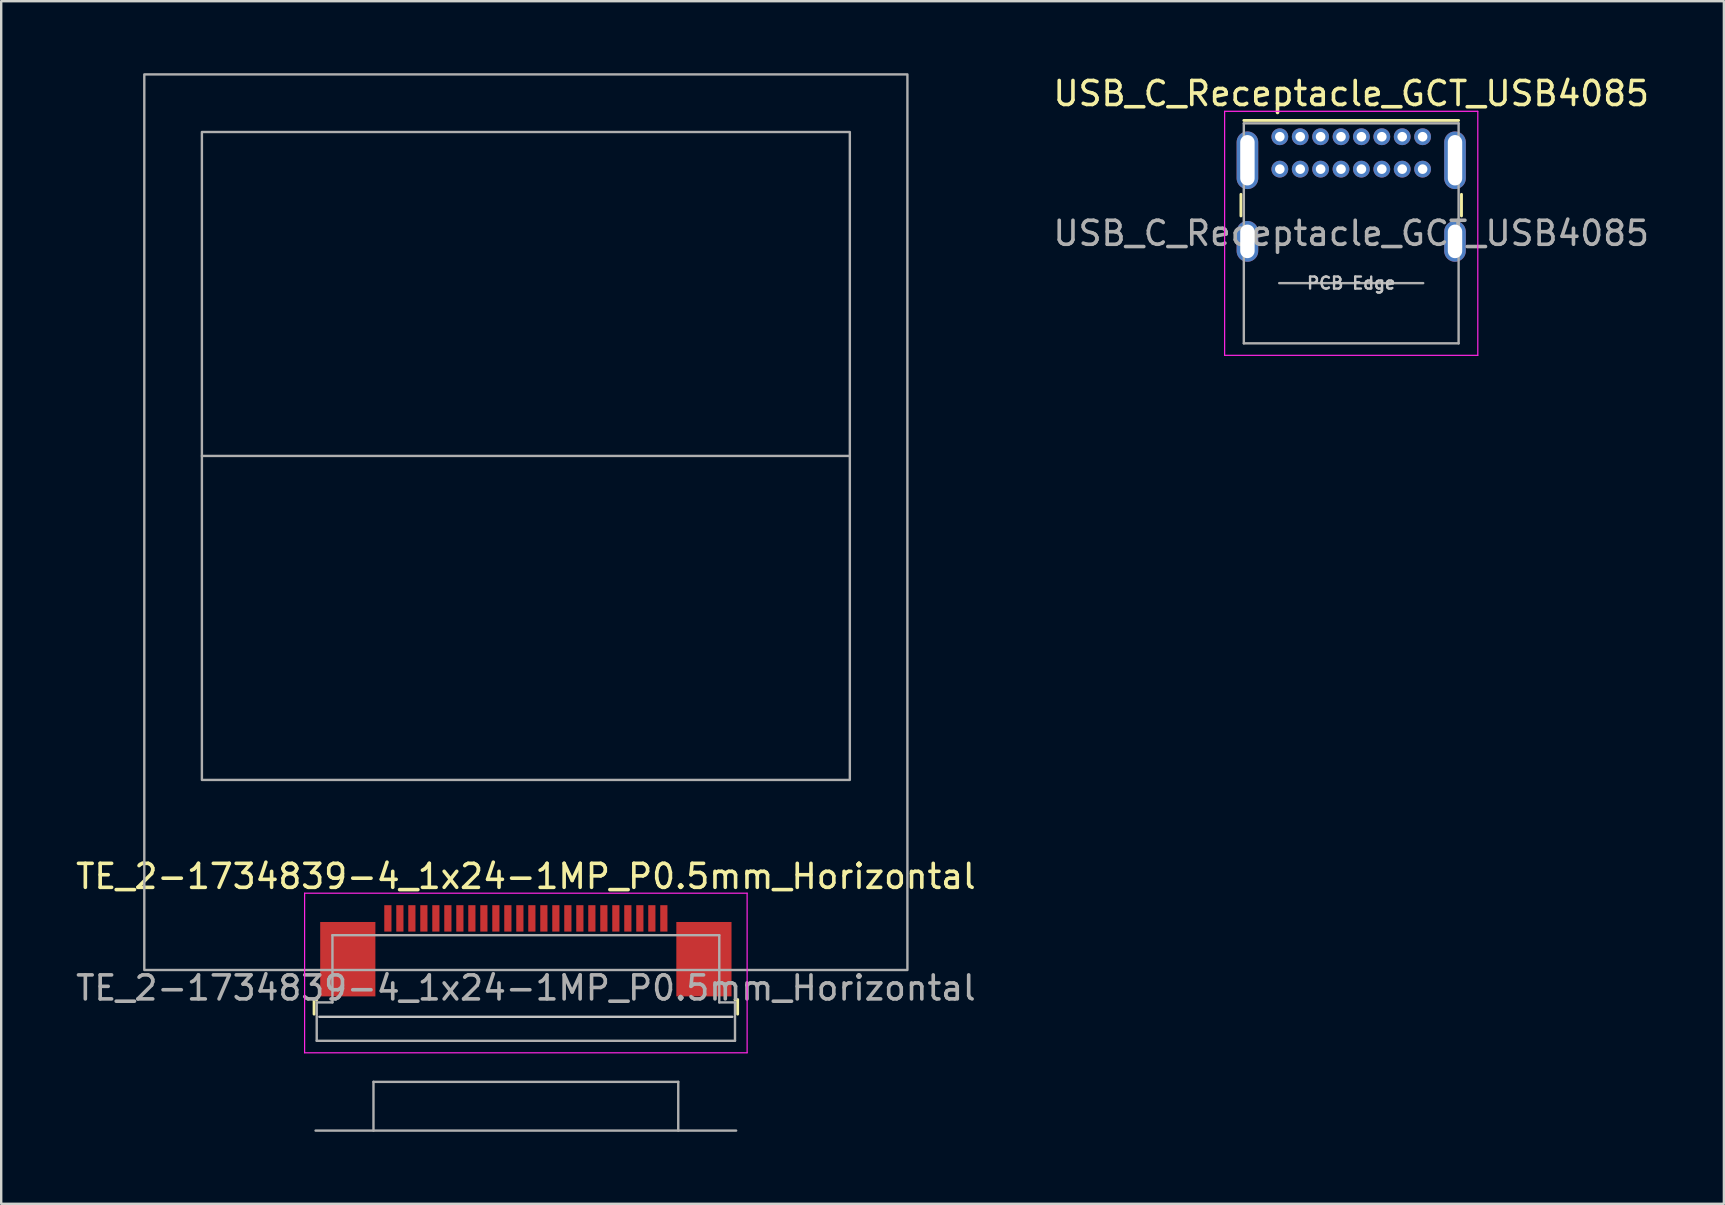
<source format=kicad_pcb>
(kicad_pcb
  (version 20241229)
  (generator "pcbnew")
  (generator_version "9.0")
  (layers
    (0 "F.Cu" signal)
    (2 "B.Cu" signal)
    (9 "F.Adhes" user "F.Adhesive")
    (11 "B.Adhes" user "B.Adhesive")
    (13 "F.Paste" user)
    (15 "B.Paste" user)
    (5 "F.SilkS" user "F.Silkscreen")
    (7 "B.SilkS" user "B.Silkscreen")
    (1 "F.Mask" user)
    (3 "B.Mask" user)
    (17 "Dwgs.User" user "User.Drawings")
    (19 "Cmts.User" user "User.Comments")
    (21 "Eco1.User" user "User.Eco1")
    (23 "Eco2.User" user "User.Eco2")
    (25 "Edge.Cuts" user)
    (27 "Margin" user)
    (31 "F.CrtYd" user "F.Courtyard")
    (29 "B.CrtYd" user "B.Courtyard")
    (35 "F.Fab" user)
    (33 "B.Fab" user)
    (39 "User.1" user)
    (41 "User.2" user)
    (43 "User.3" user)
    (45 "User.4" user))
  (footprint "TE_2-1734839-4_1x24-1MP_P0.5mm_Horizontal"
    (layer "F.Cu")
    (at 18.863 36.57)
    (property "Reference" "TE_2-1734839-4_1x24-1MP_P0.5mm_Horizontal" (at 0 -3.1 0) (layer "F.SilkS") (effects (font (size 1 1) (thickness 0.15))))
    (attr smd)
    (fp_line (start -8.825 2.04) (end -8.825 2.64) (stroke (width 0.12) (type solid)) (layer "F.SilkS"))
    (fp_line (start -8.715 2.04) (end -8.825 2.04) (stroke (width 0.12) (type solid)) (layer "F.SilkS"))
    (fp_line (start 8.715 2.04) (end 8.825 2.04) (stroke (width 0.12) (type solid)) (layer "F.SilkS"))
    (fp_line (start 8.825 2.04) (end 8.825 2.64) (stroke (width 0.12) (type solid)) (layer "F.SilkS"))
    (fp_line (start 8.605 2.75) (end -8.605 2.75) (stroke (width 0.1) (type solid)) (layer "Dwgs.User"))
    (fp_line (start -9.22 -2.4) (end -9.22 4.25) (stroke (width 0.05) (type solid)) (layer "F.CrtYd"))
    (fp_line (start -9.22 4.25) (end 9.22 4.25) (stroke (width 0.05) (type solid)) (layer "F.CrtYd"))
    (fp_line (start 9.22 -2.4) (end -9.22 -2.4) (stroke (width 0.05) (type solid)) (layer "F.CrtYd"))
    (fp_line (start 9.22 4.25) (end 9.22 -2.4) (stroke (width 0.05) (type solid)) (layer "F.CrtYd"))
    (fp_line (start -13.5 -20.62) (end 13.5 -20.62) (stroke (width 0.1) (type solid)) (layer "F.Fab"))
    (fp_line (start -8.715 2.15) (end -8.06 2.15) (stroke (width 0.1) (type solid)) (layer "F.Fab"))
    (fp_line (start -8.715 3.75) (end -8.715 2.15) (stroke (width 0.1) (type solid)) (layer "F.Fab"))
    (fp_line (start -8.06 -0.65) (end 8.06 -0.65) (stroke (width 0.1) (type solid)) (layer "F.Fab"))
    (fp_line (start -8.06 2.15) (end -8.06 -0.65) (stroke (width 0.1) (type solid)) (layer "F.Fab"))
    (fp_line (start -6.35 5.461) (end 6.35 5.461) (stroke (width 0.1) (type solid)) (layer "F.Fab"))
    (fp_line (start -6.35 7.493) (end -6.35 5.461) (stroke (width 0.1) (type solid)) (layer "F.Fab"))
    (fp_line (start 6.35 5.461) (end 6.35 7.493) (stroke (width 0.1) (type solid)) (layer "F.Fab"))
    (fp_line (start 8.06 -0.65) (end 8.06 2.15) (stroke (width 0.1) (type solid)) (layer "F.Fab"))
    (fp_line (start 8.06 2.15) (end 8.715 2.15) (stroke (width 0.1) (type solid)) (layer "F.Fab"))
    (fp_line (start 8.715 2.15) (end 8.715 3.75) (stroke (width 0.1) (type solid)) (layer "F.Fab"))
    (fp_line (start 8.715 3.75) (end -8.715 3.75) (stroke (width 0.1) (type solid)) (layer "F.Fab"))
    (fp_line (start 8.763 7.493) (end -8.763 7.493) (stroke (width 0.1) (type solid)) (layer "F.Fab"))
    (fp_rect (start -15.9 -36.52) (end 15.9 0.8) (stroke (width 0.1) (type solid)) (fill no) (layer "F.Fab"))
    (fp_rect (start -13.5 -34.12) (end 13.5 -7.12) (stroke (width 0.1) (type solid)) (fill no) (layer "F.Fab"))
    (fp_text user "${REFERENCE}" (at 0 1.55 0) (layer "F.Fab") (effects (font (size 1 1) (thickness 0.15))))
    (pad "0" smd rect (at -7.42 0.35) (size 2.3 3.1) (layers "F.Cu" "F.Mask" "F.Paste"))
    (pad "0" smd rect (at 7.42 0.35) (size 2.3 3.1) (layers "F.Cu" "F.Mask" "F.Paste"))
    (pad "1" smd rect (at 5.75 -1.35) (size 0.3 1.1) (layers "F.Cu" "F.Mask" "F.Paste"))
    (pad "2" smd rect (at 5.25 -1.35) (size 0.3 1.1) (layers "F.Cu" "F.Mask" "F.Paste"))
    (pad "3" smd rect (at 4.75 -1.35) (size 0.3 1.1) (layers "F.Cu" "F.Mask" "F.Paste"))
    (pad "4" smd rect (at 4.25 -1.35) (size 0.3 1.1) (layers "F.Cu" "F.Mask" "F.Paste"))
    (pad "5" smd rect (at 3.75 -1.35) (size 0.3 1.1) (layers "F.Cu" "F.Mask" "F.Paste"))
    (pad "6" smd rect (at 3.25 -1.35) (size 0.3 1.1) (layers "F.Cu" "F.Mask" "F.Paste"))
    (pad "7" smd rect (at 2.75 -1.35) (size 0.3 1.1) (layers "F.Cu" "F.Mask" "F.Paste"))
    (pad "8" smd rect (at 2.25 -1.35) (size 0.3 1.1) (layers "F.Cu" "F.Mask" "F.Paste"))
    (pad "9" smd rect (at 1.75 -1.35) (size 0.3 1.1) (layers "F.Cu" "F.Mask" "F.Paste"))
    (pad "10" smd rect (at 1.25 -1.35) (size 0.3 1.1) (layers "F.Cu" "F.Mask" "F.Paste"))
    (pad "11" smd rect (at 0.75 -1.35) (size 0.3 1.1) (layers "F.Cu" "F.Mask" "F.Paste"))
    (pad "12" smd rect (at 0.25 -1.35) (size 0.3 1.1) (layers "F.Cu" "F.Mask" "F.Paste"))
    (pad "13" smd rect (at -0.25 -1.35) (size 0.3 1.1) (layers "F.Cu" "F.Mask" "F.Paste"))
    (pad "14" smd rect (at -0.75 -1.35) (size 0.3 1.1) (layers "F.Cu" "F.Mask" "F.Paste"))
    (pad "15" smd rect (at -1.25 -1.35) (size 0.3 1.1) (layers "F.Cu" "F.Mask" "F.Paste"))
    (pad "16" smd rect (at -1.75 -1.35) (size 0.3 1.1) (layers "F.Cu" "F.Mask" "F.Paste"))
    (pad "17" smd rect (at -2.25 -1.35) (size 0.3 1.1) (layers "F.Cu" "F.Mask" "F.Paste"))
    (pad "18" smd rect (at -2.75 -1.35) (size 0.3 1.1) (layers "F.Cu" "F.Mask" "F.Paste"))
    (pad "19" smd rect (at -3.25 -1.35) (size 0.3 1.1) (layers "F.Cu" "F.Mask" "F.Paste"))
    (pad "20" smd rect (at -3.75 -1.35) (size 0.3 1.1) (layers "F.Cu" "F.Mask" "F.Paste"))
    (pad "21" smd rect (at -4.25 -1.35) (size 0.3 1.1) (layers "F.Cu" "F.Mask" "F.Paste"))
    (pad "22" smd rect (at -4.75 -1.35) (size 0.3 1.1) (layers "F.Cu" "F.Mask" "F.Paste"))
    (pad "23" smd rect (at -5.25 -1.35) (size 0.3 1.1) (layers "F.Cu" "F.Mask" "F.Paste"))
    (pad "24" smd rect (at -5.75 -1.35) (size 0.3 1.1) (layers "F.Cu" "F.Mask" "F.Paste")))
  (footprint "USB_C_Receptacle_GCT_USB4085"
    (layer "F.Cu")
    (at 50.281 2.648)
    (property "Reference" "USB_C_Receptacle_GCT_USB4085" (at 2.975 -1.8 0) (layer "F.SilkS") (effects (font (size 1 1) (thickness 0.15))))
    (attr through_hole)
    (fp_line (start -1.62 2.4) (end -1.62 3.3) (stroke (width 0.12) (type solid)) (layer "F.SilkS"))
    (fp_line (start -1.5 -0.68) (end 7.45 -0.68) (stroke (width 0.12) (type solid)) (layer "F.SilkS"))
    (fp_line (start 7.57 2.4) (end 7.57 3.3) (stroke (width 0.12) (type solid)) (layer "F.SilkS"))
    (fp_line (start -2.3 -1.06) (end -2.3 9.11) (stroke (width 0.05) (type solid)) (layer "F.CrtYd"))
    (fp_line (start -2.3 -1.06) (end 8.25 -1.06) (stroke (width 0.05) (type solid)) (layer "F.CrtYd"))
    (fp_line (start -2.3 9.11) (end 8.25 9.11) (stroke (width 0.05) (type solid)) (layer "F.CrtYd"))
    (fp_line (start 8.25 -1.06) (end 8.25 9.11) (stroke (width 0.05) (type solid)) (layer "F.CrtYd"))
    (fp_line (start -1.5 -0.56) (end -1.5 8.61) (stroke (width 0.1) (type solid)) (layer "F.Fab"))
    (fp_line (start -1.5 -0.56) (end 7.45 -0.56) (stroke (width 0.1) (type solid)) (layer "F.Fab"))
    (fp_line (start -1.5 8.61) (end 7.45 8.61) (stroke (width 0.1) (type solid)) (layer "F.Fab"))
    (fp_line (start -0.025 6.1) (end 5.975 6.1) (stroke (width 0.1) (type solid)) (layer "F.Fab"))
    (fp_line (start 7.45 -0.56) (end 7.45 8.61) (stroke (width 0.1) (type solid)) (layer "F.Fab"))
    (fp_text user "PCB Edge" (at 2.975 6.1 0) (layer "Dwgs.User") (effects (font (size 0.5 0.5) (thickness 0.1))))
    (fp_text user "${REFERENCE}" (at 2.975 4.025 0) (layer "F.Fab") (effects (font (size 1 1) (thickness 0.15))))
    (pad "A1" thru_hole circle (at 0 0) (size 0.7 0.7) (drill 0.4) (layers "*.Cu" "*.Mask"))
    (pad "A4" thru_hole circle (at 0.85 0) (size 0.7 0.7) (drill 0.4) (layers "*.Cu" "*.Mask"))
    (pad "A5" thru_hole circle (at 1.7 0) (size 0.7 0.7) (drill 0.4) (layers "*.Cu" "*.Mask"))
    (pad "A6" thru_hole circle (at 2.55 0) (size 0.7 0.7) (drill 0.4) (layers "*.Cu" "*.Mask"))
    (pad "A7" thru_hole circle (at 3.4 0) (size 0.7 0.7) (drill 0.4) (layers "*.Cu" "*.Mask"))
    (pad "A8" thru_hole circle (at 4.25 0) (size 0.7 0.7) (drill 0.4) (layers "*.Cu" "*.Mask"))
    (pad "A9" thru_hole circle (at 5.1 0) (size 0.7 0.7) (drill 0.4) (layers "*.Cu" "*.Mask"))
    (pad "A12" thru_hole circle (at 5.95 0) (size 0.7 0.7) (drill 0.4) (layers "*.Cu" "*.Mask"))
    (pad "B1" thru_hole circle (at 5.95 1.35) (size 0.7 0.7) (drill 0.4) (layers "*.Cu" "*.Mask"))
    (pad "B4" thru_hole circle (at 5.1 1.35) (size 0.7 0.7) (drill 0.4) (layers "*.Cu" "*.Mask"))
    (pad "B5" thru_hole circle (at 4.25 1.35) (size 0.7 0.7) (drill 0.4) (layers "*.Cu" "*.Mask"))
    (pad "B6" thru_hole circle (at 3.4 1.35) (size 0.7 0.7) (drill 0.4) (layers "*.Cu" "*.Mask"))
    (pad "B7" thru_hole circle (at 2.55 1.35) (size 0.7 0.7) (drill 0.4) (layers "*.Cu" "*.Mask"))
    (pad "B8" thru_hole circle (at 1.7 1.35) (size 0.7 0.7) (drill 0.4) (layers "*.Cu" "*.Mask"))
    (pad "B9" thru_hole circle (at 0.85 1.35) (size 0.7 0.7) (drill 0.4) (layers "*.Cu" "*.Mask"))
    (pad "B12" thru_hole circle (at 0 1.35) (size 0.7 0.7) (drill 0.4) (layers "*.Cu" "*.Mask"))
    (pad "S1" thru_hole oval (at -1.35 0.98) (size 0.9 2.4) (drill oval 0.6 2.1) (layers "*.Cu" "*.Mask"))
    (pad "S1" thru_hole oval (at -1.35 4.36) (size 0.9 1.7) (drill oval 0.6 1.4) (layers "*.Cu" "*.Mask"))
    (pad "S1" thru_hole oval (at 7.3 0.98) (size 0.9 2.4) (drill oval 0.6 2.1) (layers "*.Cu" "*.Mask"))
    (pad "S1" thru_hole oval (at 7.3 4.36) (size 0.9 1.7) (drill oval 0.6 1.4) (layers "*.Cu" "*.Mask")))
  (gr_rect
    (start -3 -3)
    (end 68.786 47.113)
    (stroke (width 0.1) (type default))
    (fill no)
    (layer "Edge.Cuts")))
</source>
